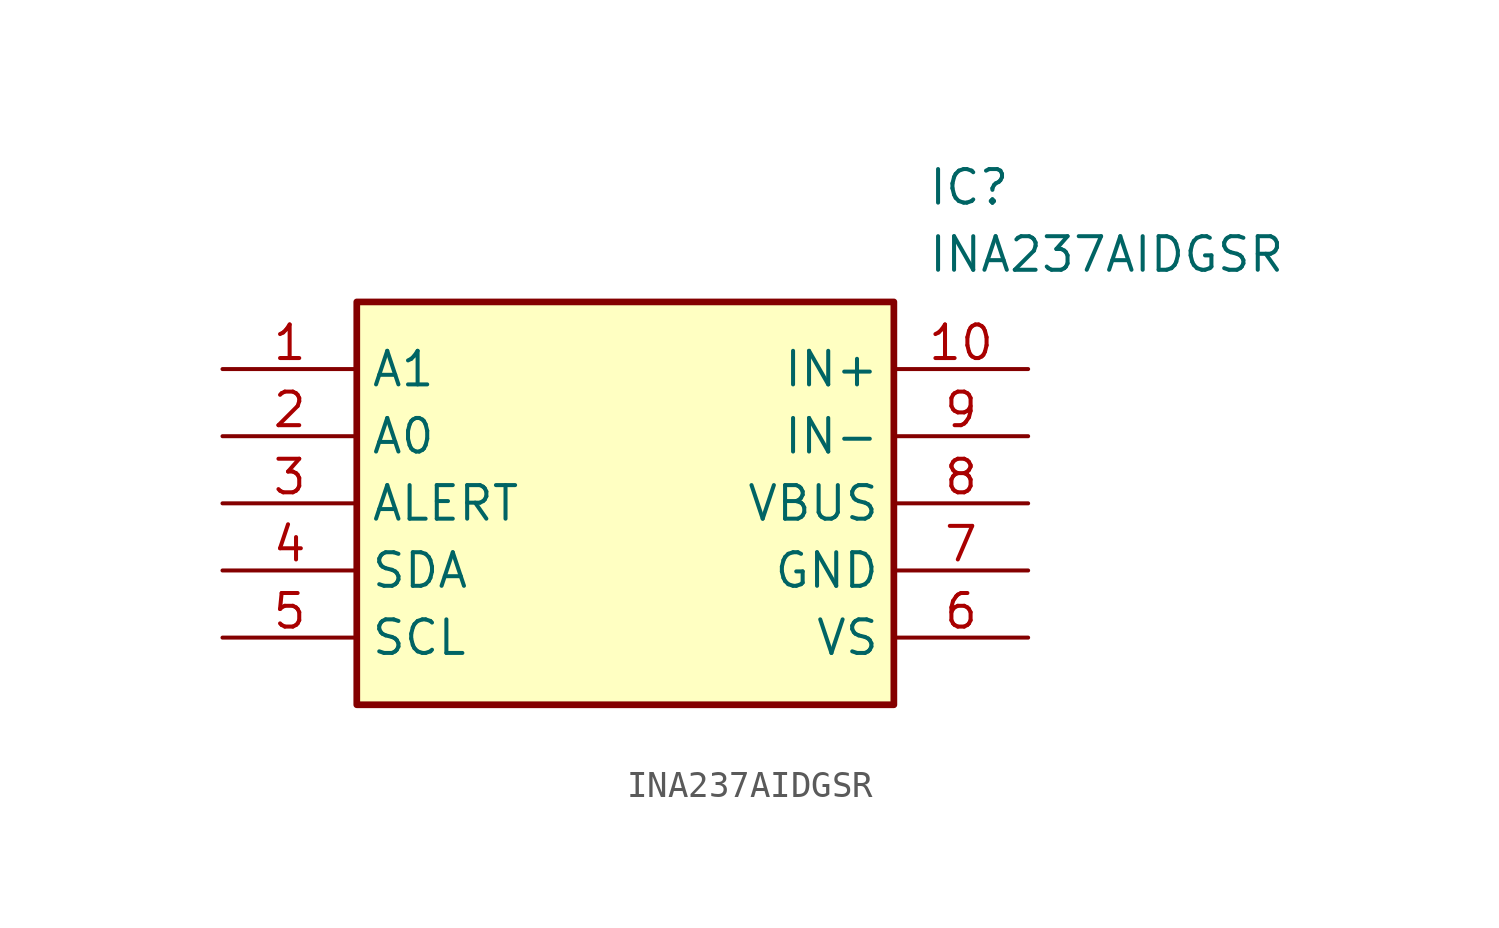
<source format=kicad_sym>
(kicad_symbol_lib
  (version 20211014)
  (generator SamacSys_ECAD_Model)
  (symbol "INA237AIDGSR"
    (property "Reference" "IC"
      (at 26.67 7.62 0)
      (effects (font (size 1.27 1.27)) (justify left top)))
    (property "Value" "INA237AIDGSR"
      (at 26.67 5.08 0)
      (effects (font (size 1.27 1.27)) (justify left top)))
    (rectangle
      (start 5.08 2.54)
      (end 25.4 -12.7)
      (stroke (width 0.254) (type default))
      (fill (type background)))
    (pin input line
      (at 0 0 0)
      (length 5.08)
      (name "A1" (effects (font (size 1.27 1.27))))
      (number "1" (effects (font (size 1.27 1.27)))))
    (pin input line
      (at 0 -2.54 0)
      (length 5.08)
      (name "A0" (effects (font (size 1.27 1.27))))
      (number "2" (effects (font (size 1.27 1.27)))))
    (pin output line
      (at 0 -5.08 0)
      (length 5.08)
      (name "ALERT" (effects (font (size 1.27 1.27))))
      (number "3" (effects (font (size 1.27 1.27)))))
    (pin bidirectional line
      (at 0 -7.62 0)
      (length 5.08)
      (name "SDA" (effects (font (size 1.27 1.27))))
      (number "4" (effects (font (size 1.27 1.27)))))
    (pin input line
      (at 0 -10.16 0)
      (length 5.08)
      (name "SCL" (effects (font (size 1.27 1.27))))
      (number "5" (effects (font (size 1.27 1.27)))))
    (pin input line
      (at 30.48 0 180)
      (length 5.08)
      (name "IN+" (effects (font (size 1.27 1.27))))
      (number "10" (effects (font (size 1.27 1.27)))))
    (pin input line
      (at 30.48 -2.54 180)
      (length 5.08)
      (name "IN-" (effects (font (size 1.27 1.27))))
      (number "9" (effects (font (size 1.27 1.27)))))
    (pin input line
      (at 30.48 -5.08 180)
      (length 5.08)
      (name "VBUS" (effects (font (size 1.27 1.27))))
      (number "8" (effects (font (size 1.27 1.27)))))
    (pin power_in line
      (at 30.48 -7.62 180)
      (length 5.08)
      (name "GND" (effects (font (size 1.27 1.27))))
      (number "7" (effects (font (size 1.27 1.27)))))
    (pin power_in line
      (at 30.48 -10.16 180)
      (length 5.08)
      (name "VS" (effects (font (size 1.27 1.27))))
      (number "6" (effects (font (size 1.27 1.27)))))))
</source>
